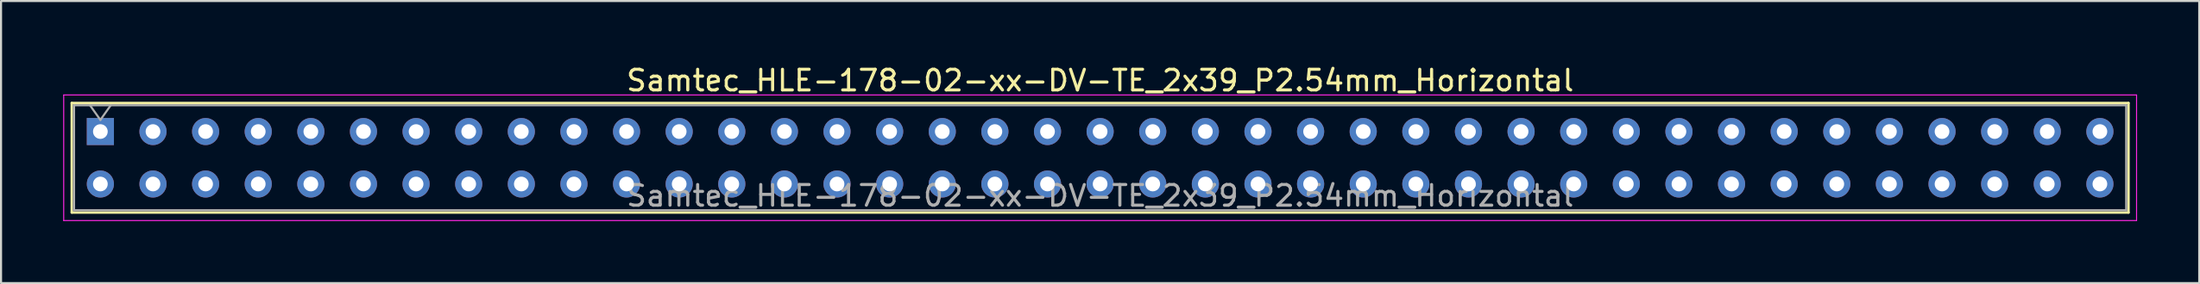
<source format=kicad_pcb>
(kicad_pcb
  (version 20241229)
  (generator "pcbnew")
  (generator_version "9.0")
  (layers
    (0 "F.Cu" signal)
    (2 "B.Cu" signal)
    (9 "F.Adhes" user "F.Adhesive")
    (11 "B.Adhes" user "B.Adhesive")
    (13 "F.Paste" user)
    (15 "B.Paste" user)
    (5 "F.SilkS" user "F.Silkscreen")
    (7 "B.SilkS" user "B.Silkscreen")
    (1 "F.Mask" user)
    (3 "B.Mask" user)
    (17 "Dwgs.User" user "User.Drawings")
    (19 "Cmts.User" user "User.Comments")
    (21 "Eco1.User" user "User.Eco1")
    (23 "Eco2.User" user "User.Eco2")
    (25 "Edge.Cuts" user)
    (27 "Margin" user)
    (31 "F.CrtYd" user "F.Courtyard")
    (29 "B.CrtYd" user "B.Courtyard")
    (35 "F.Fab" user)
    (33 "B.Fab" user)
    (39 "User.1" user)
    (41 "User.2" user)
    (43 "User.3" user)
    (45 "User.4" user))
  (footprint "Samtec_HLE-178-02-xx-DV-TE_2x39_P2.54mm_Horizontal"
    (layer "F.Cu")
    (at 1.795 3.318)
    (property "Reference" "Samtec_HLE-178-02-xx-DV-TE_2x39_P2.54mm_Horizontal" (at 48.26 -2.47 0) (layer "F.SilkS") (effects (font (size 1 1) (thickness 0.15))))
    (attr through_hole)
    (fp_line (start -1.38 -1.38) (end 97.9 -1.38) (stroke (width 0.12) (type solid)) (layer "F.SilkS"))
    (fp_line (start -1.38 3.92) (end -1.38 -1.38) (stroke (width 0.12) (type solid)) (layer "F.SilkS"))
    (fp_line (start 97.9 -1.38) (end 97.9 3.92) (stroke (width 0.12) (type solid)) (layer "F.SilkS"))
    (fp_line (start 97.9 3.92) (end -1.38 3.92) (stroke (width 0.12) (type solid)) (layer "F.SilkS"))
    (fp_line (start -1.77 -1.77) (end 98.29 -1.77) (stroke (width 0.05) (type solid)) (layer "F.CrtYd"))
    (fp_line (start -1.77 4.31) (end -1.77 -1.77) (stroke (width 0.05) (type solid)) (layer "F.CrtYd"))
    (fp_line (start 98.29 -1.77) (end 98.29 4.31) (stroke (width 0.05) (type solid)) (layer "F.CrtYd"))
    (fp_line (start 98.29 4.31) (end -1.77 4.31) (stroke (width 0.05) (type solid)) (layer "F.CrtYd"))
    (fp_line (start -1.27 -1.27) (end 97.79 -1.27) (stroke (width 0.1) (type solid)) (layer "F.Fab"))
    (fp_line (start -1.27 3.81) (end -1.27 -1.27) (stroke (width 0.1) (type solid)) (layer "F.Fab"))
    (fp_line (start -0.5 -1.27) (end 0 -0.563) (stroke (width 0.1) (type solid)) (layer "F.Fab"))
    (fp_line (start 0 -0.563) (end 0.5 -1.27) (stroke (width 0.1) (type solid)) (layer "F.Fab"))
    (fp_line (start 97.79 -1.27) (end 97.79 3.81) (stroke (width 0.1) (type solid)) (layer "F.Fab"))
    (fp_line (start 97.79 3.81) (end -1.27 3.81) (stroke (width 0.1) (type solid)) (layer "F.Fab"))
    (fp_text user "${REFERENCE}" (at 48.26 3.11 0) (layer "F.Fab") (effects (font (size 1 1) (thickness 0.15))))
    (pad "1" thru_hole rect (at 0 0) (size 1.31 1.31) (drill 0.71) (layers "*.Cu" "*.Mask"))
    (pad "2" thru_hole circle (at 0 2.54) (size 1.31 1.31) (drill 0.71) (layers "*.Cu" "*.Mask"))
    (pad "3" thru_hole circle (at 2.54 0) (size 1.31 1.31) (drill 0.71) (layers "*.Cu" "*.Mask"))
    (pad "4" thru_hole circle (at 2.54 2.54) (size 1.31 1.31) (drill 0.71) (layers "*.Cu" "*.Mask"))
    (pad "5" thru_hole circle (at 5.08 0) (size 1.31 1.31) (drill 0.71) (layers "*.Cu" "*.Mask"))
    (pad "6" thru_hole circle (at 5.08 2.54) (size 1.31 1.31) (drill 0.71) (layers "*.Cu" "*.Mask"))
    (pad "7" thru_hole circle (at 7.62 0) (size 1.31 1.31) (drill 0.71) (layers "*.Cu" "*.Mask"))
    (pad "8" thru_hole circle (at 7.62 2.54) (size 1.31 1.31) (drill 0.71) (layers "*.Cu" "*.Mask"))
    (pad "9" thru_hole circle (at 10.16 0) (size 1.31 1.31) (drill 0.71) (layers "*.Cu" "*.Mask"))
    (pad "10" thru_hole circle (at 10.16 2.54) (size 1.31 1.31) (drill 0.71) (layers "*.Cu" "*.Mask"))
    (pad "11" thru_hole circle (at 12.7 0) (size 1.31 1.31) (drill 0.71) (layers "*.Cu" "*.Mask"))
    (pad "12" thru_hole circle (at 12.7 2.54) (size 1.31 1.31) (drill 0.71) (layers "*.Cu" "*.Mask"))
    (pad "13" thru_hole circle (at 15.24 0) (size 1.31 1.31) (drill 0.71) (layers "*.Cu" "*.Mask"))
    (pad "14" thru_hole circle (at 15.24 2.54) (size 1.31 1.31) (drill 0.71) (layers "*.Cu" "*.Mask"))
    (pad "15" thru_hole circle (at 17.78 0) (size 1.31 1.31) (drill 0.71) (layers "*.Cu" "*.Mask"))
    (pad "16" thru_hole circle (at 17.78 2.54) (size 1.31 1.31) (drill 0.71) (layers "*.Cu" "*.Mask"))
    (pad "17" thru_hole circle (at 20.32 0) (size 1.31 1.31) (drill 0.71) (layers "*.Cu" "*.Mask"))
    (pad "18" thru_hole circle (at 20.32 2.54) (size 1.31 1.31) (drill 0.71) (layers "*.Cu" "*.Mask"))
    (pad "19" thru_hole circle (at 22.86 0) (size 1.31 1.31) (drill 0.71) (layers "*.Cu" "*.Mask"))
    (pad "20" thru_hole circle (at 22.86 2.54) (size 1.31 1.31) (drill 0.71) (layers "*.Cu" "*.Mask"))
    (pad "21" thru_hole circle (at 25.4 0) (size 1.31 1.31) (drill 0.71) (layers "*.Cu" "*.Mask"))
    (pad "22" thru_hole circle (at 25.4 2.54) (size 1.31 1.31) (drill 0.71) (layers "*.Cu" "*.Mask"))
    (pad "23" thru_hole circle (at 27.94 0) (size 1.31 1.31) (drill 0.71) (layers "*.Cu" "*.Mask"))
    (pad "24" thru_hole circle (at 27.94 2.54) (size 1.31 1.31) (drill 0.71) (layers "*.Cu" "*.Mask"))
    (pad "25" thru_hole circle (at 30.48 0) (size 1.31 1.31) (drill 0.71) (layers "*.Cu" "*.Mask"))
    (pad "26" thru_hole circle (at 30.48 2.54) (size 1.31 1.31) (drill 0.71) (layers "*.Cu" "*.Mask"))
    (pad "27" thru_hole circle (at 33.02 0) (size 1.31 1.31) (drill 0.71) (layers "*.Cu" "*.Mask"))
    (pad "28" thru_hole circle (at 33.02 2.54) (size 1.31 1.31) (drill 0.71) (layers "*.Cu" "*.Mask"))
    (pad "29" thru_hole circle (at 35.56 0) (size 1.31 1.31) (drill 0.71) (layers "*.Cu" "*.Mask"))
    (pad "30" thru_hole circle (at 35.56 2.54) (size 1.31 1.31) (drill 0.71) (layers "*.Cu" "*.Mask"))
    (pad "31" thru_hole circle (at 38.1 0) (size 1.31 1.31) (drill 0.71) (layers "*.Cu" "*.Mask"))
    (pad "32" thru_hole circle (at 38.1 2.54) (size 1.31 1.31) (drill 0.71) (layers "*.Cu" "*.Mask"))
    (pad "33" thru_hole circle (at 40.64 0) (size 1.31 1.31) (drill 0.71) (layers "*.Cu" "*.Mask"))
    (pad "34" thru_hole circle (at 40.64 2.54) (size 1.31 1.31) (drill 0.71) (layers "*.Cu" "*.Mask"))
    (pad "35" thru_hole circle (at 43.18 0) (size 1.31 1.31) (drill 0.71) (layers "*.Cu" "*.Mask"))
    (pad "36" thru_hole circle (at 43.18 2.54) (size 1.31 1.31) (drill 0.71) (layers "*.Cu" "*.Mask"))
    (pad "37" thru_hole circle (at 45.72 0) (size 1.31 1.31) (drill 0.71) (layers "*.Cu" "*.Mask"))
    (pad "38" thru_hole circle (at 45.72 2.54) (size 1.31 1.31) (drill 0.71) (layers "*.Cu" "*.Mask"))
    (pad "39" thru_hole circle (at 48.26 0) (size 1.31 1.31) (drill 0.71) (layers "*.Cu" "*.Mask"))
    (pad "40" thru_hole circle (at 48.26 2.54) (size 1.31 1.31) (drill 0.71) (layers "*.Cu" "*.Mask"))
    (pad "41" thru_hole circle (at 50.8 0) (size 1.31 1.31) (drill 0.71) (layers "*.Cu" "*.Mask"))
    (pad "42" thru_hole circle (at 50.8 2.54) (size 1.31 1.31) (drill 0.71) (layers "*.Cu" "*.Mask"))
    (pad "43" thru_hole circle (at 53.34 0) (size 1.31 1.31) (drill 0.71) (layers "*.Cu" "*.Mask"))
    (pad "44" thru_hole circle (at 53.34 2.54) (size 1.31 1.31) (drill 0.71) (layers "*.Cu" "*.Mask"))
    (pad "45" thru_hole circle (at 55.88 0) (size 1.31 1.31) (drill 0.71) (layers "*.Cu" "*.Mask"))
    (pad "46" thru_hole circle (at 55.88 2.54) (size 1.31 1.31) (drill 0.71) (layers "*.Cu" "*.Mask"))
    (pad "47" thru_hole circle (at 58.42 0) (size 1.31 1.31) (drill 0.71) (layers "*.Cu" "*.Mask"))
    (pad "48" thru_hole circle (at 58.42 2.54) (size 1.31 1.31) (drill 0.71) (layers "*.Cu" "*.Mask"))
    (pad "49" thru_hole circle (at 60.96 0) (size 1.31 1.31) (drill 0.71) (layers "*.Cu" "*.Mask"))
    (pad "50" thru_hole circle (at 60.96 2.54) (size 1.31 1.31) (drill 0.71) (layers "*.Cu" "*.Mask"))
    (pad "51" thru_hole circle (at 63.5 0) (size 1.31 1.31) (drill 0.71) (layers "*.Cu" "*.Mask"))
    (pad "52" thru_hole circle (at 63.5 2.54) (size 1.31 1.31) (drill 0.71) (layers "*.Cu" "*.Mask"))
    (pad "53" thru_hole circle (at 66.04 0) (size 1.31 1.31) (drill 0.71) (layers "*.Cu" "*.Mask"))
    (pad "54" thru_hole circle (at 66.04 2.54) (size 1.31 1.31) (drill 0.71) (layers "*.Cu" "*.Mask"))
    (pad "55" thru_hole circle (at 68.58 0) (size 1.31 1.31) (drill 0.71) (layers "*.Cu" "*.Mask"))
    (pad "56" thru_hole circle (at 68.58 2.54) (size 1.31 1.31) (drill 0.71) (layers "*.Cu" "*.Mask"))
    (pad "57" thru_hole circle (at 71.12 0) (size 1.31 1.31) (drill 0.71) (layers "*.Cu" "*.Mask"))
    (pad "58" thru_hole circle (at 71.12 2.54) (size 1.31 1.31) (drill 0.71) (layers "*.Cu" "*.Mask"))
    (pad "59" thru_hole circle (at 73.66 0) (size 1.31 1.31) (drill 0.71) (layers "*.Cu" "*.Mask"))
    (pad "60" thru_hole circle (at 73.66 2.54) (size 1.31 1.31) (drill 0.71) (layers "*.Cu" "*.Mask"))
    (pad "61" thru_hole circle (at 76.2 0) (size 1.31 1.31) (drill 0.71) (layers "*.Cu" "*.Mask"))
    (pad "62" thru_hole circle (at 76.2 2.54) (size 1.31 1.31) (drill 0.71) (layers "*.Cu" "*.Mask"))
    (pad "63" thru_hole circle (at 78.74 0) (size 1.31 1.31) (drill 0.71) (layers "*.Cu" "*.Mask"))
    (pad "64" thru_hole circle (at 78.74 2.54) (size 1.31 1.31) (drill 0.71) (layers "*.Cu" "*.Mask"))
    (pad "65" thru_hole circle (at 81.28 0) (size 1.31 1.31) (drill 0.71) (layers "*.Cu" "*.Mask"))
    (pad "66" thru_hole circle (at 81.28 2.54) (size 1.31 1.31) (drill 0.71) (layers "*.Cu" "*.Mask"))
    (pad "67" thru_hole circle (at 83.82 0) (size 1.31 1.31) (drill 0.71) (layers "*.Cu" "*.Mask"))
    (pad "68" thru_hole circle (at 83.82 2.54) (size 1.31 1.31) (drill 0.71) (layers "*.Cu" "*.Mask"))
    (pad "69" thru_hole circle (at 86.36 0) (size 1.31 1.31) (drill 0.71) (layers "*.Cu" "*.Mask"))
    (pad "70" thru_hole circle (at 86.36 2.54) (size 1.31 1.31) (drill 0.71) (layers "*.Cu" "*.Mask"))
    (pad "71" thru_hole circle (at 88.9 0) (size 1.31 1.31) (drill 0.71) (layers "*.Cu" "*.Mask"))
    (pad "72" thru_hole circle (at 88.9 2.54) (size 1.31 1.31) (drill 0.71) (layers "*.Cu" "*.Mask"))
    (pad "73" thru_hole circle (at 91.44 0) (size 1.31 1.31) (drill 0.71) (layers "*.Cu" "*.Mask"))
    (pad "74" thru_hole circle (at 91.44 2.54) (size 1.31 1.31) (drill 0.71) (layers "*.Cu" "*.Mask"))
    (pad "75" thru_hole circle (at 93.98 0) (size 1.31 1.31) (drill 0.71) (layers "*.Cu" "*.Mask"))
    (pad "76" thru_hole circle (at 93.98 2.54) (size 1.31 1.31) (drill 0.71) (layers "*.Cu" "*.Mask"))
    (pad "77" thru_hole circle (at 96.52 0) (size 1.31 1.31) (drill 0.71) (layers "*.Cu" "*.Mask"))
    (pad "78" thru_hole circle (at 96.52 2.54) (size 1.31 1.31) (drill 0.71) (layers "*.Cu" "*.Mask")))
  (gr_rect
    (start -3 -3)
    (end 103.11 10.653)
    (stroke (width 0.1) (type default))
    (fill no)
    (layer "Edge.Cuts")))
</source>
